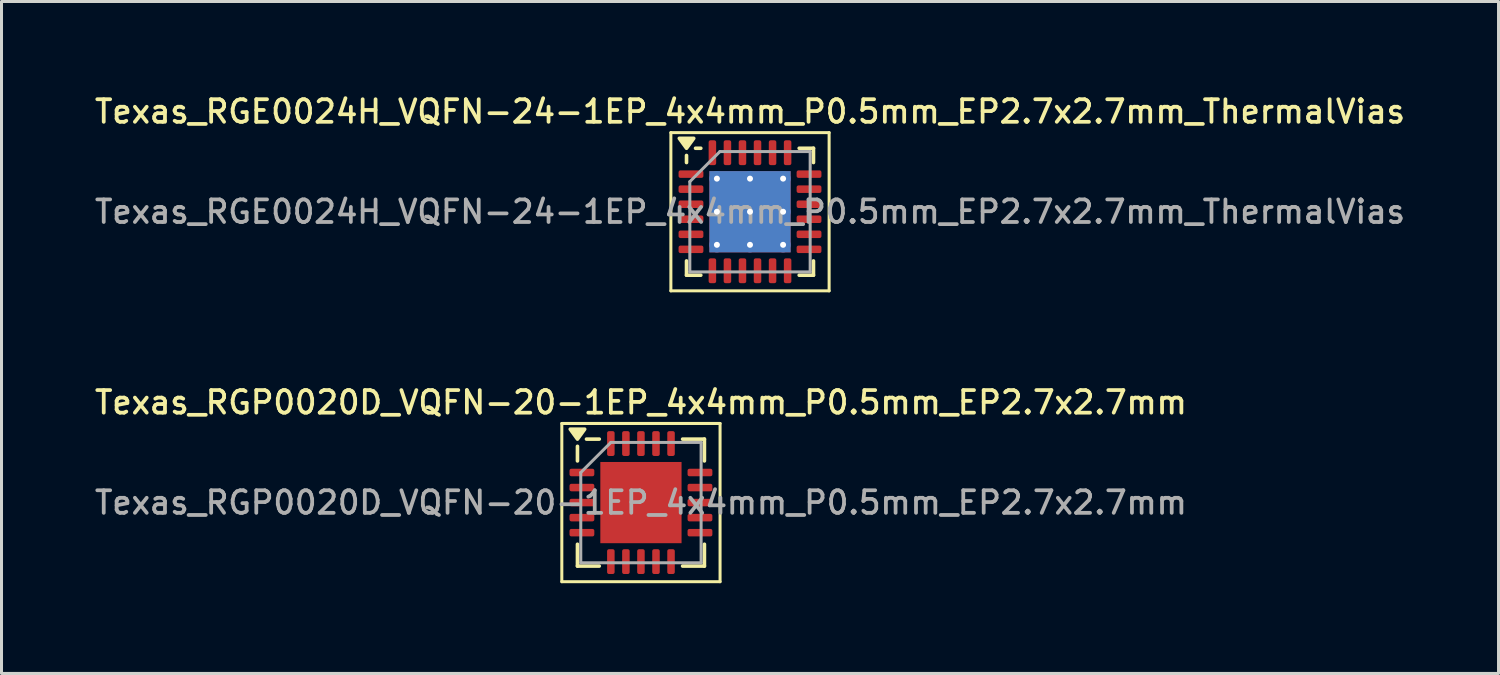
<source format=kicad_pcb>
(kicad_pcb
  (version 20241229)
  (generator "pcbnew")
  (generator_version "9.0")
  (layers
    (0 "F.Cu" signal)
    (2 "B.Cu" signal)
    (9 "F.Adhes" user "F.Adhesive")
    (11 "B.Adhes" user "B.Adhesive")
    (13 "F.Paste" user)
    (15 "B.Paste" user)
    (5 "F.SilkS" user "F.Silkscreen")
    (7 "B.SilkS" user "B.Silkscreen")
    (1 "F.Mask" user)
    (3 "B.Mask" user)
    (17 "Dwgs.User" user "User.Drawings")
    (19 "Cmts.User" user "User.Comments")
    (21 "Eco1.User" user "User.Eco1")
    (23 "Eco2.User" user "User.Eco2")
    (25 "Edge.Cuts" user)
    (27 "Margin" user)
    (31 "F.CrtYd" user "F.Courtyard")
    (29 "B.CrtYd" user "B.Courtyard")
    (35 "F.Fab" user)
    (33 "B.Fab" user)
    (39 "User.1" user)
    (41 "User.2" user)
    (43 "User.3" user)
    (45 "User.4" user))
  (footprint "Texas_RGE0024H_VQFN-24-1EP_4x4mm_P0.5mm_EP2.7x2.7mm_ThermalVias"
    (layer "F.Cu")
    (at 21.88 3.988)
    (property "Reference" "Texas_RGE0024H_VQFN-24-1EP_4x4mm_P0.5mm_EP2.7x2.7mm_ThermalVias" (at 0 -3.33 0) (layer "F.SilkS") (effects (font (size 0.75 0.75) (thickness 0.125))))
    (attr smd)
    (fp_line (start -2.63 -2.63) (end -2.63 2.63) (stroke (width 0.1) (type solid)) (layer "F.SilkS"))
    (fp_line (start -2.63 2.63) (end 2.63 2.63) (stroke (width 0.1) (type solid)) (layer "F.SilkS"))
    (fp_line (start -2.11 -1.635) (end -2.11 -1.87) (stroke (width 0.12) (type solid)) (layer "F.SilkS"))
    (fp_line (start -2.11 2.11) (end -2.11 1.635) (stroke (width 0.12) (type solid)) (layer "F.SilkS"))
    (fp_line (start -1.635 -2.11) (end -1.81 -2.11) (stroke (width 0.12) (type solid)) (layer "F.SilkS"))
    (fp_line (start -1.635 2.11) (end -2.11 2.11) (stroke (width 0.12) (type solid)) (layer "F.SilkS"))
    (fp_line (start 1.635 -2.11) (end 2.11 -2.11) (stroke (width 0.12) (type solid)) (layer "F.SilkS"))
    (fp_line (start 1.635 2.11) (end 2.11 2.11) (stroke (width 0.12) (type solid)) (layer "F.SilkS"))
    (fp_line (start 2.11 -2.11) (end 2.11 -1.635) (stroke (width 0.12) (type solid)) (layer "F.SilkS"))
    (fp_line (start 2.11 2.11) (end 2.11 1.635) (stroke (width 0.12) (type solid)) (layer "F.SilkS"))
    (fp_line (start 2.63 -2.63) (end -2.63 -2.63) (stroke (width 0.1) (type solid)) (layer "F.SilkS"))
    (fp_line (start 2.63 2.63) (end 2.63 -2.63) (stroke (width 0.1) (type solid)) (layer "F.SilkS"))
    (fp_poly (pts (xy -2.11 -2.11) (xy -2.35 -2.44) (xy -1.87 -2.44) (xy -2.11 -2.11)) (stroke (width 0.12) (type solid)) (fill yes) (layer "F.SilkS"))
    (fp_line (start -2 -1) (end -1 -2) (stroke (width 0.1) (type solid)) (layer "F.Fab"))
    (fp_line (start -2 2) (end -2 -1) (stroke (width 0.1) (type solid)) (layer "F.Fab"))
    (fp_line (start -1 -2) (end 2 -2) (stroke (width 0.1) (type solid)) (layer "F.Fab"))
    (fp_line (start 2 -2) (end 2 2) (stroke (width 0.1) (type solid)) (layer "F.Fab"))
    (fp_line (start 2 2) (end -2 2) (stroke (width 0.1) (type solid)) (layer "F.Fab"))
    (fp_text user "${REFERENCE}" (at 0 0 0) (layer "F.Fab") (effects (font (size 0.75 0.75) (thickness 0.125))))
    (pad "" smd roundrect (at -0.675 -0.675) (size 1.17 1.17) (layers "F.Paste") (roundrect_rratio 0.214))
    (pad "" smd roundrect (at -0.675 0.675) (size 1.17 1.17) (layers "F.Paste") (roundrect_rratio 0.214))
    (pad "" smd roundrect (at 0.675 -0.675) (size 1.17 1.17) (layers "F.Paste") (roundrect_rratio 0.214))
    (pad "" smd roundrect (at 0.675 0.675) (size 1.17 1.17) (layers "F.Paste") (roundrect_rratio 0.214))
    (pad "1" smd roundrect (at -1.962 -1.25) (size 0.825 0.25) (layers "F.Cu" "F.Mask" "F.Paste") (roundrect_rratio 0.25))
    (pad "2" smd roundrect (at -1.962 -0.75) (size 0.825 0.25) (layers "F.Cu" "F.Mask" "F.Paste") (roundrect_rratio 0.25))
    (pad "3" smd roundrect (at -1.962 -0.25) (size 0.825 0.25) (layers "F.Cu" "F.Mask" "F.Paste") (roundrect_rratio 0.25))
    (pad "4" smd roundrect (at -1.962 0.25) (size 0.825 0.25) (layers "F.Cu" "F.Mask" "F.Paste") (roundrect_rratio 0.25))
    (pad "5" smd roundrect (at -1.962 0.75) (size 0.825 0.25) (layers "F.Cu" "F.Mask" "F.Paste") (roundrect_rratio 0.25))
    (pad "6" smd roundrect (at -1.962 1.25) (size 0.825 0.25) (layers "F.Cu" "F.Mask" "F.Paste") (roundrect_rratio 0.25))
    (pad "7" smd roundrect (at -1.25 1.962) (size 0.25 0.825) (layers "F.Cu" "F.Mask" "F.Paste") (roundrect_rratio 0.25))
    (pad "8" smd roundrect (at -0.75 1.962) (size 0.25 0.825) (layers "F.Cu" "F.Mask" "F.Paste") (roundrect_rratio 0.25))
    (pad "9" smd roundrect (at -0.25 1.962) (size 0.25 0.825) (layers "F.Cu" "F.Mask" "F.Paste") (roundrect_rratio 0.25))
    (pad "10" smd roundrect (at 0.25 1.962) (size 0.25 0.825) (layers "F.Cu" "F.Mask" "F.Paste") (roundrect_rratio 0.25))
    (pad "11" smd roundrect (at 0.75 1.962) (size 0.25 0.825) (layers "F.Cu" "F.Mask" "F.Paste") (roundrect_rratio 0.25))
    (pad "12" smd roundrect (at 1.25 1.962) (size 0.25 0.825) (layers "F.Cu" "F.Mask" "F.Paste") (roundrect_rratio 0.25))
    (pad "13" smd roundrect (at 1.962 1.25) (size 0.825 0.25) (layers "F.Cu" "F.Mask" "F.Paste") (roundrect_rratio 0.25))
    (pad "14" smd roundrect (at 1.962 0.75) (size 0.825 0.25) (layers "F.Cu" "F.Mask" "F.Paste") (roundrect_rratio 0.25))
    (pad "15" smd roundrect (at 1.962 0.25) (size 0.825 0.25) (layers "F.Cu" "F.Mask" "F.Paste") (roundrect_rratio 0.25))
    (pad "16" smd roundrect (at 1.962 -0.25) (size 0.825 0.25) (layers "F.Cu" "F.Mask" "F.Paste") (roundrect_rratio 0.25))
    (pad "17" smd roundrect (at 1.962 -0.75) (size 0.825 0.25) (layers "F.Cu" "F.Mask" "F.Paste") (roundrect_rratio 0.25))
    (pad "18" smd roundrect (at 1.962 -1.25) (size 0.825 0.25) (layers "F.Cu" "F.Mask" "F.Paste") (roundrect_rratio 0.25))
    (pad "19" smd roundrect (at 1.25 -1.962) (size 0.25 0.825) (layers "F.Cu" "F.Mask" "F.Paste") (roundrect_rratio 0.25))
    (pad "20" smd roundrect (at 0.75 -1.962) (size 0.25 0.825) (layers "F.Cu" "F.Mask" "F.Paste") (roundrect_rratio 0.25))
    (pad "21" smd roundrect (at 0.25 -1.962) (size 0.25 0.825) (layers "F.Cu" "F.Mask" "F.Paste") (roundrect_rratio 0.25))
    (pad "22" smd roundrect (at -0.25 -1.962) (size 0.25 0.825) (layers "F.Cu" "F.Mask" "F.Paste") (roundrect_rratio 0.25))
    (pad "23" smd roundrect (at -0.75 -1.962) (size 0.25 0.825) (layers "F.Cu" "F.Mask" "F.Paste") (roundrect_rratio 0.25))
    (pad "24" smd roundrect (at -1.25 -1.962) (size 0.25 0.825) (layers "F.Cu" "F.Mask" "F.Paste") (roundrect_rratio 0.25))
    (pad "25" thru_hole circle (at -1.1 -1.1) (size 0.5 0.5) (drill 0.2) (property pad_prop_heatsink) (layers "*.Cu"))
    (pad "25" thru_hole circle (at -1.1 0) (size 0.5 0.5) (drill 0.2) (property pad_prop_heatsink) (layers "*.Cu"))
    (pad "25" thru_hole circle (at -1.1 1.1) (size 0.5 0.5) (drill 0.2) (property pad_prop_heatsink) (layers "*.Cu"))
    (pad "25" thru_hole circle (at 0 -1.1) (size 0.5 0.5) (drill 0.2) (property pad_prop_heatsink) (layers "*.Cu"))
    (pad "25" thru_hole circle (at 0 0) (size 0.5 0.5) (drill 0.2) (property pad_prop_heatsink) (layers "*.Cu"))
    (pad "25" smd rect (at 0 0) (size 2.7 2.7) (property pad_prop_heatsink) (layers "F.Cu" "F.Mask"))
    (pad "25" smd rect (at 0 0) (size 2.7 2.7) (property pad_prop_heatsink) (layers "B.Cu"))
    (pad "25" thru_hole circle (at 0 1.1) (size 0.5 0.5) (drill 0.2) (property pad_prop_heatsink) (layers "*.Cu"))
    (pad "25" thru_hole circle (at 1.1 -1.1) (size 0.5 0.5) (drill 0.2) (property pad_prop_heatsink) (layers "*.Cu"))
    (pad "25" thru_hole circle (at 1.1 0) (size 0.5 0.5) (drill 0.2) (property pad_prop_heatsink) (layers "*.Cu"))
    (pad "25" thru_hole circle (at 1.1 1.1) (size 0.5 0.5) (drill 0.2) (property pad_prop_heatsink) (layers "*.Cu")))
  (footprint "Texas_RGP0020D_VQFN-20-1EP_4x4mm_P0.5mm_EP2.7x2.7mm"
    (layer "F.Cu")
    (at 18.255 13.656)
    (property "Reference" "Texas_RGP0020D_VQFN-20-1EP_4x4mm_P0.5mm_EP2.7x2.7mm" (at 0 -3.33 0) (layer "F.SilkS") (effects (font (size 0.75 0.75) (thickness 0.125))))
    (attr smd)
    (fp_line (start -2.63 -2.63) (end -2.63 2.63) (stroke (width 0.1) (type solid)) (layer "F.SilkS"))
    (fp_line (start -2.63 2.63) (end 2.63 2.63) (stroke (width 0.1) (type solid)) (layer "F.SilkS"))
    (fp_line (start -2.11 -1.385) (end -2.11 -1.87) (stroke (width 0.12) (type solid)) (layer "F.SilkS"))
    (fp_line (start -2.11 2.11) (end -2.11 1.385) (stroke (width 0.12) (type solid)) (layer "F.SilkS"))
    (fp_line (start -1.385 -2.11) (end -1.81 -2.11) (stroke (width 0.12) (type solid)) (layer "F.SilkS"))
    (fp_line (start -1.385 2.11) (end -2.11 2.11) (stroke (width 0.12) (type solid)) (layer "F.SilkS"))
    (fp_line (start 1.385 -2.11) (end 2.11 -2.11) (stroke (width 0.12) (type solid)) (layer "F.SilkS"))
    (fp_line (start 1.385 2.11) (end 2.11 2.11) (stroke (width 0.12) (type solid)) (layer "F.SilkS"))
    (fp_line (start 2.11 -2.11) (end 2.11 -1.385) (stroke (width 0.12) (type solid)) (layer "F.SilkS"))
    (fp_line (start 2.11 2.11) (end 2.11 1.385) (stroke (width 0.12) (type solid)) (layer "F.SilkS"))
    (fp_line (start 2.63 -2.63) (end -2.63 -2.63) (stroke (width 0.1) (type solid)) (layer "F.SilkS"))
    (fp_line (start 2.63 2.63) (end 2.63 -2.63) (stroke (width 0.1) (type solid)) (layer "F.SilkS"))
    (fp_poly (pts (xy -2.11 -2.11) (xy -2.35 -2.44) (xy -1.87 -2.44) (xy -2.11 -2.11)) (stroke (width 0.12) (type solid)) (fill yes) (layer "F.SilkS"))
    (fp_line (start -2 -1) (end -1 -2) (stroke (width 0.1) (type solid)) (layer "F.Fab"))
    (fp_line (start -2 2) (end -2 -1) (stroke (width 0.1) (type solid)) (layer "F.Fab"))
    (fp_line (start -1 -2) (end 2 -2) (stroke (width 0.1) (type solid)) (layer "F.Fab"))
    (fp_line (start 2 -2) (end 2 2) (stroke (width 0.1) (type solid)) (layer "F.Fab"))
    (fp_line (start 2 2) (end -2 2) (stroke (width 0.1) (type solid)) (layer "F.Fab"))
    (fp_text user "${REFERENCE}" (at 0 0 0) (layer "F.Fab") (effects (font (size 0.75 0.75) (thickness 0.125))))
    (pad "" smd roundrect (at -0.675 -0.675) (size 1.09 1.09) (layers "F.Paste") (roundrect_rratio 0.229))
    (pad "" smd roundrect (at -0.675 0.675) (size 1.09 1.09) (layers "F.Paste") (roundrect_rratio 0.229))
    (pad "" smd roundrect (at 0.675 -0.675) (size 1.09 1.09) (layers "F.Paste") (roundrect_rratio 0.229))
    (pad "" smd roundrect (at 0.675 0.675) (size 1.09 1.09) (layers "F.Paste") (roundrect_rratio 0.229))
    (pad "1" smd roundrect (at -1.962 -1) (size 0.825 0.25) (layers "F.Cu" "F.Mask" "F.Paste") (roundrect_rratio 0.25))
    (pad "2" smd roundrect (at -1.962 -0.5) (size 0.825 0.25) (layers "F.Cu" "F.Mask" "F.Paste") (roundrect_rratio 0.25))
    (pad "3" smd roundrect (at -1.962 0) (size 0.825 0.25) (layers "F.Cu" "F.Mask" "F.Paste") (roundrect_rratio 0.25))
    (pad "4" smd roundrect (at -1.962 0.5) (size 0.825 0.25) (layers "F.Cu" "F.Mask" "F.Paste") (roundrect_rratio 0.25))
    (pad "5" smd roundrect (at -1.962 1) (size 0.825 0.25) (layers "F.Cu" "F.Mask" "F.Paste") (roundrect_rratio 0.25))
    (pad "6" smd roundrect (at -1 1.962) (size 0.25 0.825) (layers "F.Cu" "F.Mask" "F.Paste") (roundrect_rratio 0.25))
    (pad "7" smd roundrect (at -0.5 1.962) (size 0.25 0.825) (layers "F.Cu" "F.Mask" "F.Paste") (roundrect_rratio 0.25))
    (pad "8" smd roundrect (at 0 1.962) (size 0.25 0.825) (layers "F.Cu" "F.Mask" "F.Paste") (roundrect_rratio 0.25))
    (pad "9" smd roundrect (at 0.5 1.962) (size 0.25 0.825) (layers "F.Cu" "F.Mask" "F.Paste") (roundrect_rratio 0.25))
    (pad "10" smd roundrect (at 1 1.962) (size 0.25 0.825) (layers "F.Cu" "F.Mask" "F.Paste") (roundrect_rratio 0.25))
    (pad "11" smd roundrect (at 1.962 1) (size 0.825 0.25) (layers "F.Cu" "F.Mask" "F.Paste") (roundrect_rratio 0.25))
    (pad "12" smd roundrect (at 1.962 0.5) (size 0.825 0.25) (layers "F.Cu" "F.Mask" "F.Paste") (roundrect_rratio 0.25))
    (pad "13" smd roundrect (at 1.962 0) (size 0.825 0.25) (layers "F.Cu" "F.Mask" "F.Paste") (roundrect_rratio 0.25))
    (pad "14" smd roundrect (at 1.962 -0.5) (size 0.825 0.25) (layers "F.Cu" "F.Mask" "F.Paste") (roundrect_rratio 0.25))
    (pad "15" smd roundrect (at 1.962 -1) (size 0.825 0.25) (layers "F.Cu" "F.Mask" "F.Paste") (roundrect_rratio 0.25))
    (pad "16" smd roundrect (at 1 -1.962) (size 0.25 0.825) (layers "F.Cu" "F.Mask" "F.Paste") (roundrect_rratio 0.25))
    (pad "17" smd roundrect (at 0.5 -1.962) (size 0.25 0.825) (layers "F.Cu" "F.Mask" "F.Paste") (roundrect_rratio 0.25))
    (pad "18" smd roundrect (at 0 -1.962) (size 0.25 0.825) (layers "F.Cu" "F.Mask" "F.Paste") (roundrect_rratio 0.25))
    (pad "19" smd roundrect (at -0.5 -1.962) (size 0.25 0.825) (layers "F.Cu" "F.Mask" "F.Paste") (roundrect_rratio 0.25))
    (pad "20" smd roundrect (at -1 -1.962) (size 0.25 0.825) (layers "F.Cu" "F.Mask" "F.Paste") (roundrect_rratio 0.25))
    (pad "21" smd rect (at 0 0) (size 2.7 2.7) (property pad_prop_heatsink) (layers "F.Cu" "F.Mask")))
  (gr_rect
    (start -3 -3)
    (end 46.761 19.336)
    (stroke (width 0.1) (type default))
    (fill no)
    (layer "Edge.Cuts")))
</source>
